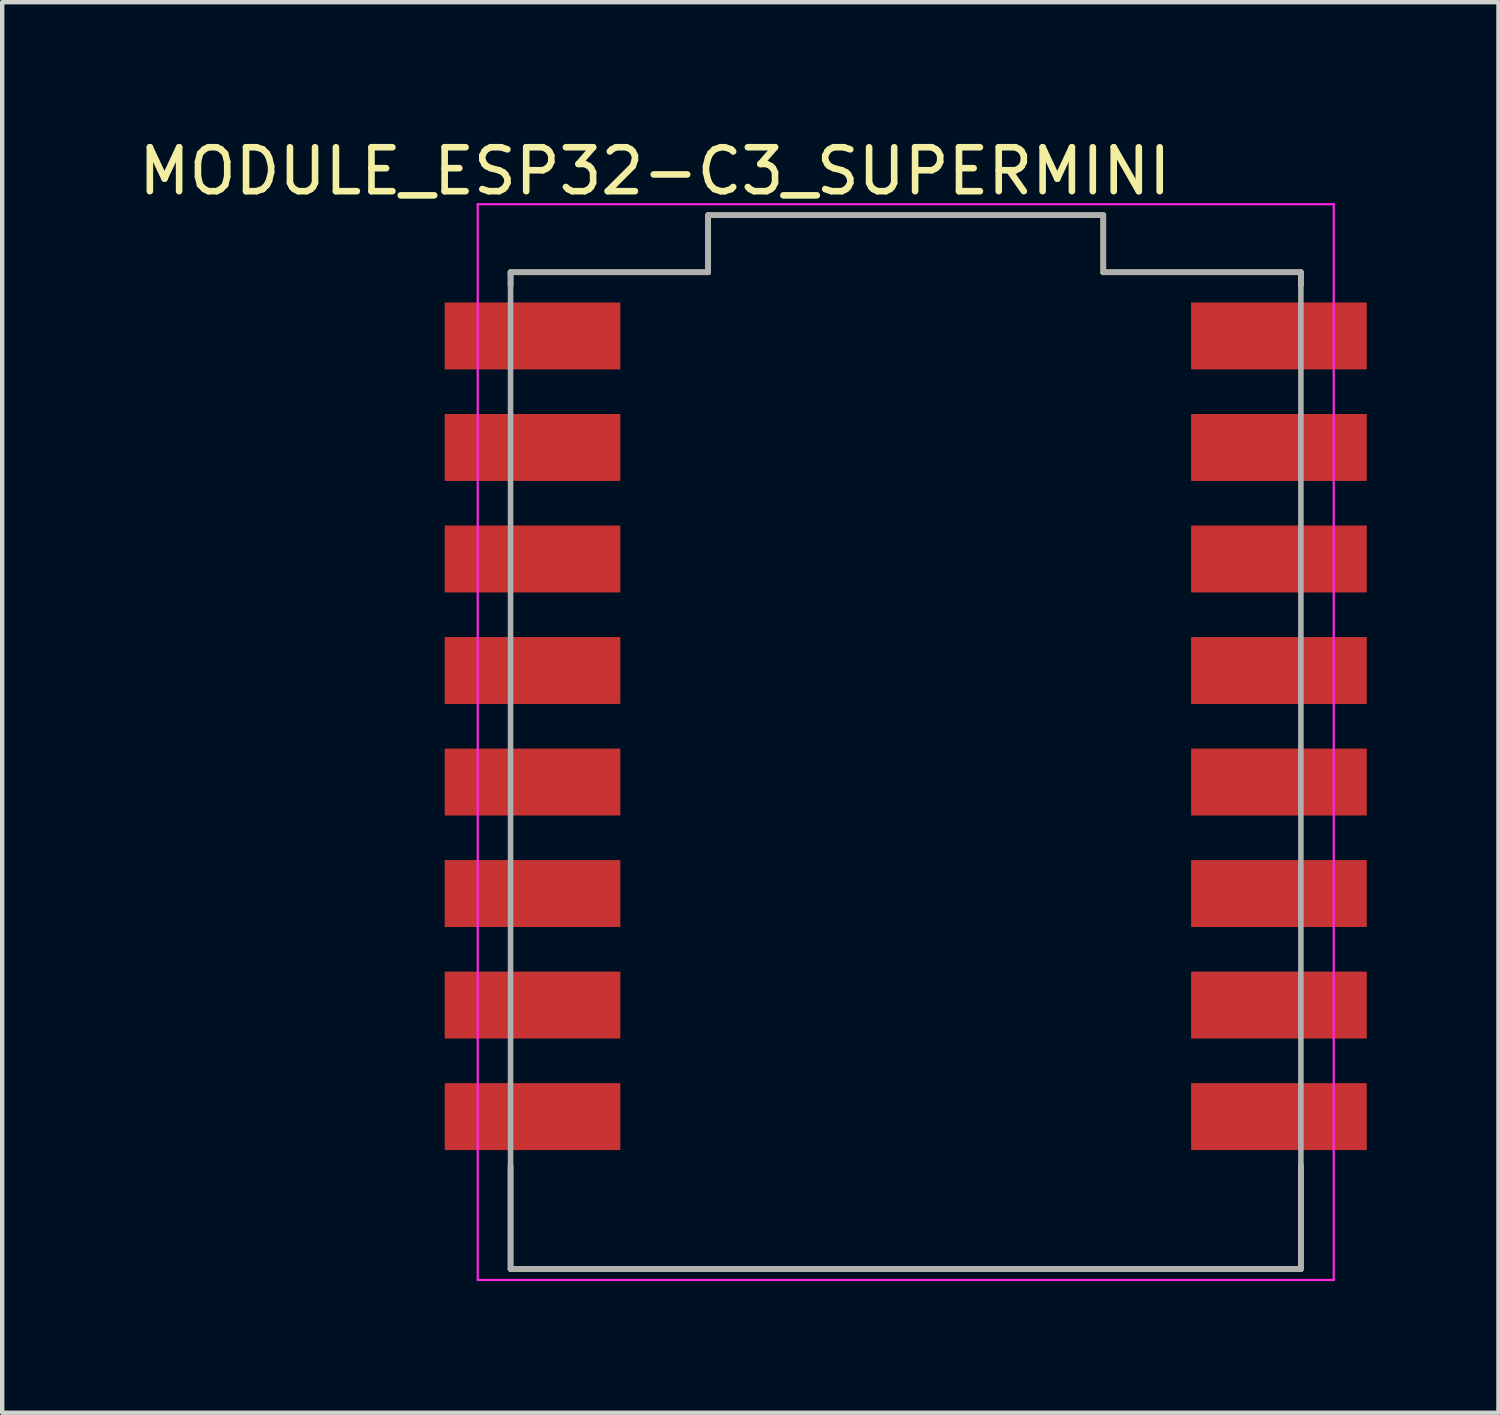
<source format=kicad_pcb>
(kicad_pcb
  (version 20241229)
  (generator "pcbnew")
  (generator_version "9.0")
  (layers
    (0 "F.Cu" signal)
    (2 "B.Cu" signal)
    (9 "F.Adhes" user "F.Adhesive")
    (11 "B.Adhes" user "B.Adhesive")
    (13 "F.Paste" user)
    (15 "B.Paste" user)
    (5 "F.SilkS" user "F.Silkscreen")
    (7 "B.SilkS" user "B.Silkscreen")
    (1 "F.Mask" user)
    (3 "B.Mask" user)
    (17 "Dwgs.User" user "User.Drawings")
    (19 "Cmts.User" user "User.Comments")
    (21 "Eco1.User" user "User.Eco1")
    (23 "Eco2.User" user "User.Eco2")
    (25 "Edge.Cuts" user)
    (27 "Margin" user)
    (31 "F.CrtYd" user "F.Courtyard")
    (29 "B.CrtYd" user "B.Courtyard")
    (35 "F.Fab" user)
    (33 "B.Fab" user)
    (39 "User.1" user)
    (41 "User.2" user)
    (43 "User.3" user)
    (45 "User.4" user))
  (footprint "MODULE_ESP32-C3_SUPERMINI"
    (layer "F.Cu")
    (at 17.578 14.501)
    (property "Reference" "MODULE_ESP32-C3_SUPERMINI" (at -5.715 -13.652 0) (layer "F.SilkS") (effects (font (size 1 1) (thickness 0.15))))
    (attr smd)
    (fp_line (start -9 -11.05) (end -9 -11.35) (stroke (width 0.127) (type solid)) (layer "F.SilkS"))
    (fp_line (start -9 11.35) (end -9 9) (stroke (width 0.127) (type solid)) (layer "F.SilkS"))
    (fp_line (start -4.5 -12.65) (end -4.5 -11.35) (stroke (width 0.127) (type solid)) (layer "F.SilkS"))
    (fp_line (start -4.5 -11.35) (end -9 -11.35) (stroke (width 0.127) (type solid)) (layer "F.SilkS"))
    (fp_line (start 4.5 -12.65) (end -4.5 -12.65) (stroke (width 0.127) (type solid)) (layer "F.SilkS"))
    (fp_line (start 4.5 -12.65) (end 4.5 -11.35) (stroke (width 0.127) (type solid)) (layer "F.SilkS"))
    (fp_line (start 9 -11.35) (end 4.5 -11.35) (stroke (width 0.127) (type solid)) (layer "F.SilkS"))
    (fp_line (start 9 -11.05) (end 9 -11.35) (stroke (width 0.127) (type solid)) (layer "F.SilkS"))
    (fp_line (start 9 11.35) (end -9 11.35) (stroke (width 0.127) (type solid)) (layer "F.SilkS"))
    (fp_line (start 9 11.35) (end 9 9) (stroke (width 0.127) (type solid)) (layer "F.SilkS"))
    (fp_line (start -9.748 -12.9) (end 9.748 -12.9) (stroke (width 0.05) (type solid)) (layer "F.CrtYd"))
    (fp_line (start -9.748 11.6) (end -9.748 -12.9) (stroke (width 0.05) (type solid)) (layer "F.CrtYd"))
    (fp_line (start 9.748 -12.9) (end 9.748 11.6) (stroke (width 0.05) (type solid)) (layer "F.CrtYd"))
    (fp_line (start 9.748 11.6) (end -9.748 11.6) (stroke (width 0.05) (type solid)) (layer "F.CrtYd"))
    (fp_line (start -9 11.35) (end -9 -11.35) (stroke (width 0.127) (type solid)) (layer "F.Fab"))
    (fp_line (start -4.5 -12.65) (end -4.5 -11.35) (stroke (width 0.127) (type solid)) (layer "F.Fab"))
    (fp_line (start -4.5 -11.35) (end -9 -11.35) (stroke (width 0.127) (type solid)) (layer "F.Fab"))
    (fp_line (start 4.5 -12.65) (end -4.5 -12.65) (stroke (width 0.127) (type solid)) (layer "F.Fab"))
    (fp_line (start 4.5 -12.65) (end 4.5 -11.35) (stroke (width 0.127) (type solid)) (layer "F.Fab"))
    (fp_line (start 9 -11.35) (end 4.5 -11.35) (stroke (width 0.127) (type solid)) (layer "F.Fab"))
    (fp_line (start 9 11.35) (end -9 11.35) (stroke (width 0.127) (type solid)) (layer "F.Fab"))
    (fp_line (start 9 11.35) (end 9 -11.35) (stroke (width 0.127) (type solid)) (layer "F.Fab"))
    (pad "0" smd rect (at 8.5 7.88) (size 4 1.524) (layers "F.Cu" "F.Mask" "F.Paste"))
    (pad "1" smd rect (at 8.5 5.34) (size 4 1.524) (layers "F.Cu" "F.Mask" "F.Paste"))
    (pad "2" smd rect (at 8.5 2.8) (size 4 1.524) (layers "F.Cu" "F.Mask" "F.Paste"))
    (pad "3" smd rect (at 8.5 0.26) (size 4 1.524) (layers "F.Cu" "F.Mask" "F.Paste"))
    (pad "3.3" smd rect (at 8.5 -4.82) (size 4 1.524) (layers "F.Cu" "F.Mask" "F.Paste"))
    (pad "4" smd rect (at 8.5 -2.28) (size 4 1.524) (layers "F.Cu" "F.Mask" "F.Paste"))
    (pad "5" smd rect (at -8.5 -9.9) (size 4 1.524) (layers "F.Cu" "F.Mask" "F.Paste"))
    (pad "5V" smd rect (at 8.5 -9.9) (size 4 1.524) (layers "F.Cu" "F.Mask" "F.Paste"))
    (pad "6" smd rect (at -8.5 -7.36) (size 4 1.524) (layers "F.Cu" "F.Mask" "F.Paste"))
    (pad "7" smd rect (at -8.5 -4.82) (size 4 1.524) (layers "F.Cu" "F.Mask" "F.Paste"))
    (pad "8" smd rect (at -8.5 -2.28) (size 4 1.524) (layers "F.Cu" "F.Mask" "F.Paste"))
    (pad "9" smd rect (at -8.5 0.26) (size 4 1.524) (layers "F.Cu" "F.Mask" "F.Paste"))
    (pad "10" smd rect (at -8.5 2.8) (size 4 1.524) (layers "F.Cu" "F.Mask" "F.Paste"))
    (pad "20" smd rect (at -8.5 5.34) (size 4 1.524) (layers "F.Cu" "F.Mask" "F.Paste"))
    (pad "21" smd rect (at -8.5 7.88) (size 4 1.524) (layers "F.Cu" "F.Mask" "F.Paste"))
    (pad "G" smd rect (at 8.5 -7.36) (size 4 1.524) (layers "F.Cu" "F.Mask" "F.Paste")))
  (gr_rect
    (start -3 -3)
    (end 31.078 29.126)
    (stroke (width 0.1) (type default))
    (fill no)
    (layer "Edge.Cuts")))
</source>
